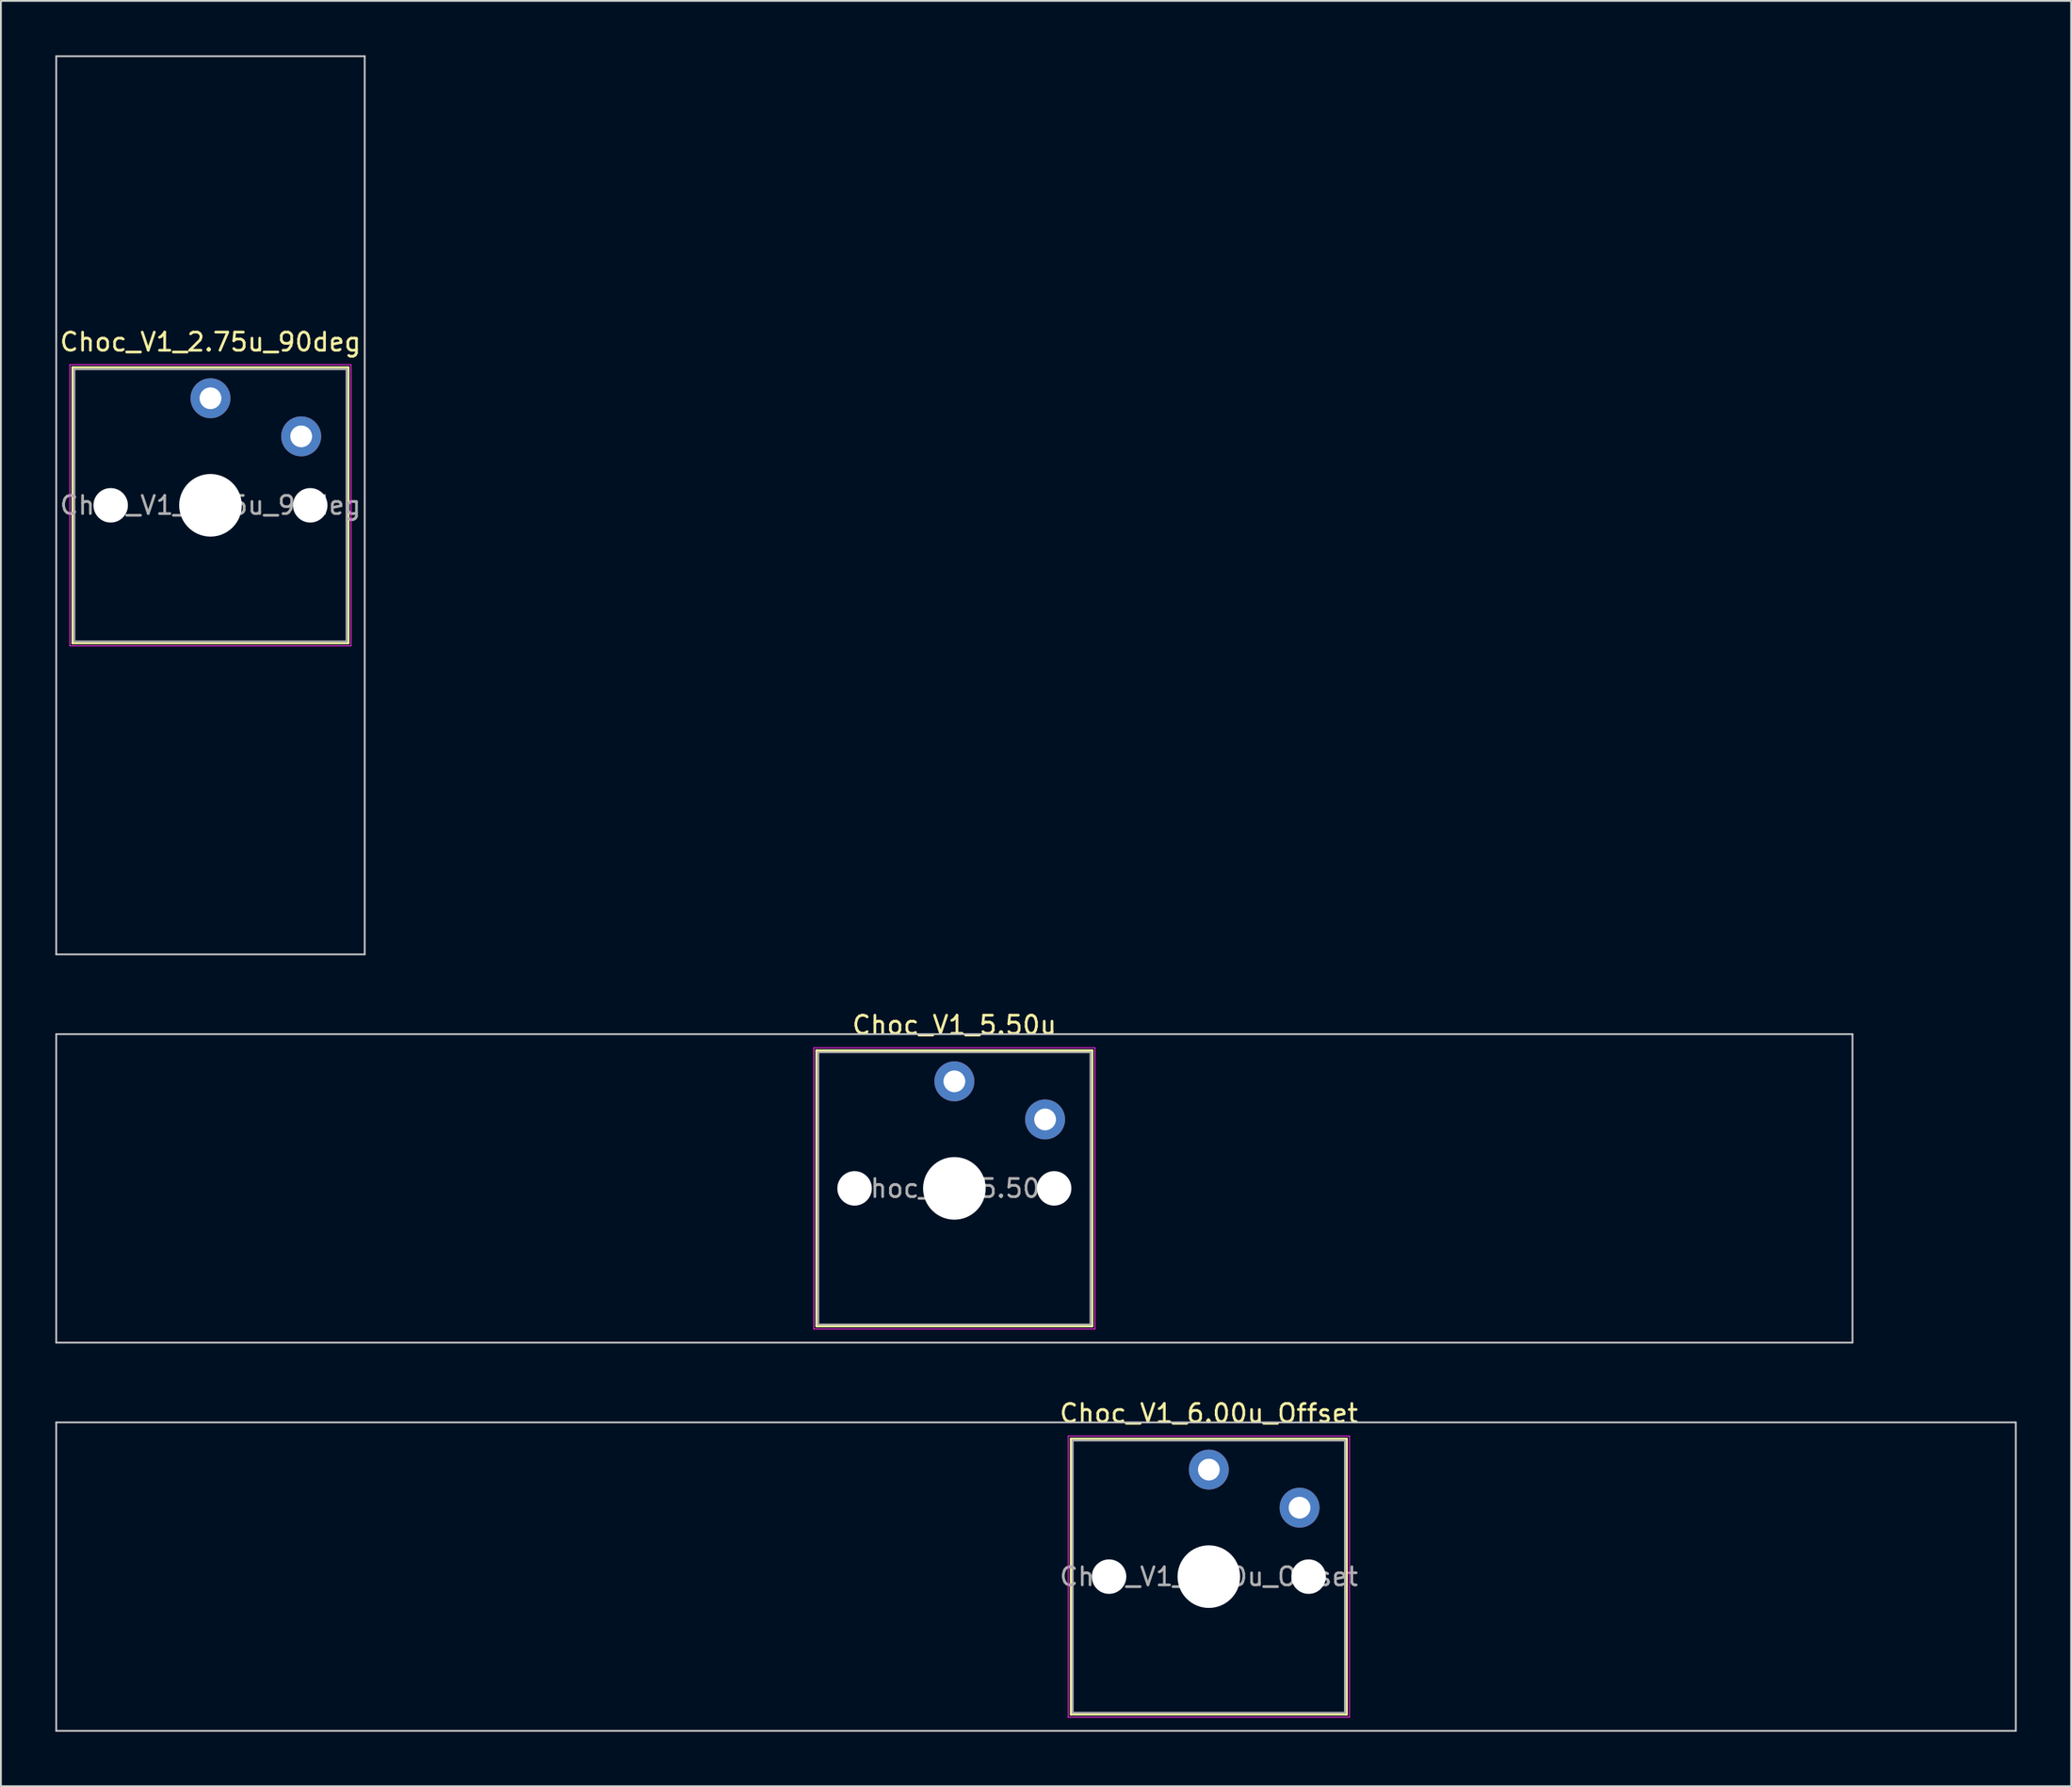
<source format=kicad_pcb>
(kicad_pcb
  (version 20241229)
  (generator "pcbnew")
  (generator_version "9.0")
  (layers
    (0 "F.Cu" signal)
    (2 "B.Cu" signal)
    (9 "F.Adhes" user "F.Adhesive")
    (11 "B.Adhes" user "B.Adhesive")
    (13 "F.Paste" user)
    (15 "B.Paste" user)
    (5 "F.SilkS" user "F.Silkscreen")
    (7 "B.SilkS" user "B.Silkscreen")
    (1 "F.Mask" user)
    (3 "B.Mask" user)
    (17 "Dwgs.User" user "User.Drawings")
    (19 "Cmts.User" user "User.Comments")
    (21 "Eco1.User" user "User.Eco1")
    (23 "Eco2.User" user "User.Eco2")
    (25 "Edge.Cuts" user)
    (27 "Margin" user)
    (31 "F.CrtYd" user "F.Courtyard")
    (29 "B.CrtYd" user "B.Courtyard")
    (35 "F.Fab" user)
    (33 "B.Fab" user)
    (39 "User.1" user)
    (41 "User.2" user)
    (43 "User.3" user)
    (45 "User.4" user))
  (footprint "Choc_V1_5.50u"
    (layer "F.Cu")
    (at 49.55 62.448)
    (property "Reference" "Choc_V1_5.50u" (at 0 -9 0) (layer "F.SilkS") (effects (font (size 1 1) (thickness 0.15))))
    (attr through_hole)
    (fp_line (start -7.6 -7.6) (end -7.6 7.6) (stroke (width 0.12) (type solid)) (layer "F.SilkS"))
    (fp_line (start -7.6 7.6) (end 7.6 7.6) (stroke (width 0.12) (type solid)) (layer "F.SilkS"))
    (fp_line (start 7.6 -7.6) (end -7.6 -7.6) (stroke (width 0.12) (type solid)) (layer "F.SilkS"))
    (fp_line (start 7.6 7.6) (end 7.6 -7.6) (stroke (width 0.12) (type solid)) (layer "F.SilkS"))
    (fp_line (start -49.5 -8.5) (end -49.5 8.5) (stroke (width 0.1) (type solid)) (layer "Dwgs.User"))
    (fp_line (start -49.5 8.5) (end 49.5 8.5) (stroke (width 0.1) (type solid)) (layer "Dwgs.User"))
    (fp_line (start 49.5 -8.5) (end -49.5 -8.5) (stroke (width 0.1) (type solid)) (layer "Dwgs.User"))
    (fp_line (start 49.5 8.5) (end 49.5 -8.5) (stroke (width 0.1) (type solid)) (layer "Dwgs.User"))
    (fp_line (start -7.25 -7.25) (end -7.25 7.25) (stroke (width 0.1) (type solid)) (layer "Eco1.User"))
    (fp_line (start -7.25 7.25) (end 7.25 7.25) (stroke (width 0.1) (type solid)) (layer "Eco1.User"))
    (fp_line (start 7.25 -7.25) (end -7.25 -7.25) (stroke (width 0.1) (type solid)) (layer "Eco1.User"))
    (fp_line (start 7.25 7.25) (end 7.25 -7.25) (stroke (width 0.1) (type solid)) (layer "Eco1.User"))
    (fp_line (start -7.75 -7.75) (end -7.75 7.75) (stroke (width 0.05) (type solid)) (layer "F.CrtYd"))
    (fp_line (start -7.75 7.75) (end 7.75 7.75) (stroke (width 0.05) (type solid)) (layer "F.CrtYd"))
    (fp_line (start 7.75 -7.75) (end -7.75 -7.75) (stroke (width 0.05) (type solid)) (layer "F.CrtYd"))
    (fp_line (start 7.75 7.75) (end 7.75 -7.75) (stroke (width 0.05) (type solid)) (layer "F.CrtYd"))
    (fp_line (start -7.5 -7.5) (end -7.5 7.5) (stroke (width 0.1) (type solid)) (layer "F.Fab"))
    (fp_line (start -7.5 7.5) (end 7.5 7.5) (stroke (width 0.1) (type solid)) (layer "F.Fab"))
    (fp_line (start 7.5 -7.5) (end -7.5 -7.5) (stroke (width 0.1) (type solid)) (layer "F.Fab"))
    (fp_line (start 7.5 7.5) (end 7.5 -7.5) (stroke (width 0.1) (type solid)) (layer "F.Fab"))
    (fp_text user "${REFERENCE}" (at 0 0 0) (layer "F.Fab") (effects (font (size 1 1) (thickness 0.15))))
    (pad "" np_thru_hole circle (at -5.5 0) (size 1.9 1.9) (drill 1.9) (layers "*.Cu" "*.Mask"))
    (pad "" np_thru_hole circle (at 0 0) (size 3.45 3.45) (drill 3.45) (layers "*.Cu" "*.Mask"))
    (pad "" np_thru_hole circle (at 5.5 0) (size 1.9 1.9) (drill 1.9) (layers "*.Cu" "*.Mask"))
    (pad "1" thru_hole circle (at 0 -5.9) (size 2.2 2.2) (drill 1.2) (layers "*.Cu" "*.Mask"))
    (pad "2" thru_hole circle (at 5 -3.8) (size 2.2 2.2) (drill 1.2) (layers "*.Cu" "*.Mask")))
  (footprint "Choc_V1_2.75u_90deg"
    (layer "F.Cu")
    (at 8.55 24.8)
    (property "Reference" "Choc_V1_2.75u_90deg" (at 0 -9 0) (layer "F.SilkS") (effects (font (size 1 1) (thickness 0.15))))
    (attr through_hole)
    (fp_line (start -7.6 -7.6) (end -7.6 7.6) (stroke (width 0.12) (type solid)) (layer "F.SilkS"))
    (fp_line (start -7.6 7.6) (end 7.6 7.6) (stroke (width 0.12) (type solid)) (layer "F.SilkS"))
    (fp_line (start 7.6 -7.6) (end -7.6 -7.6) (stroke (width 0.12) (type solid)) (layer "F.SilkS"))
    (fp_line (start 7.6 7.6) (end 7.6 -7.6) (stroke (width 0.12) (type solid)) (layer "F.SilkS"))
    (fp_line (start -8.5 -24.75) (end 8.5 -24.75) (stroke (width 0.1) (type solid)) (layer "Dwgs.User"))
    (fp_line (start -8.5 24.75) (end -8.5 -24.75) (stroke (width 0.1) (type solid)) (layer "Dwgs.User"))
    (fp_line (start 8.5 -24.75) (end 8.5 24.75) (stroke (width 0.1) (type solid)) (layer "Dwgs.User"))
    (fp_line (start 8.5 24.75) (end -8.5 24.75) (stroke (width 0.1) (type solid)) (layer "Dwgs.User"))
    (fp_line (start -7.25 -7.25) (end -7.25 7.25) (stroke (width 0.1) (type solid)) (layer "Eco1.User"))
    (fp_line (start -7.25 7.25) (end 7.25 7.25) (stroke (width 0.1) (type solid)) (layer "Eco1.User"))
    (fp_line (start 7.25 -7.25) (end -7.25 -7.25) (stroke (width 0.1) (type solid)) (layer "Eco1.User"))
    (fp_line (start 7.25 7.25) (end 7.25 -7.25) (stroke (width 0.1) (type solid)) (layer "Eco1.User"))
    (fp_line (start -7.75 -7.75) (end -7.75 7.75) (stroke (width 0.05) (type solid)) (layer "F.CrtYd"))
    (fp_line (start -7.75 7.75) (end 7.75 7.75) (stroke (width 0.05) (type solid)) (layer "F.CrtYd"))
    (fp_line (start 7.75 -7.75) (end -7.75 -7.75) (stroke (width 0.05) (type solid)) (layer "F.CrtYd"))
    (fp_line (start 7.75 7.75) (end 7.75 -7.75) (stroke (width 0.05) (type solid)) (layer "F.CrtYd"))
    (fp_line (start -7.5 -7.5) (end -7.5 7.5) (stroke (width 0.1) (type solid)) (layer "F.Fab"))
    (fp_line (start -7.5 7.5) (end 7.5 7.5) (stroke (width 0.1) (type solid)) (layer "F.Fab"))
    (fp_line (start 7.5 -7.5) (end -7.5 -7.5) (stroke (width 0.1) (type solid)) (layer "F.Fab"))
    (fp_line (start 7.5 7.5) (end 7.5 -7.5) (stroke (width 0.1) (type solid)) (layer "F.Fab"))
    (fp_text user "${REFERENCE}" (at 0 0 0) (layer "F.Fab") (effects (font (size 1 1) (thickness 0.15))))
    (pad "" np_thru_hole circle (at -5.5 0) (size 1.9 1.9) (drill 1.9) (layers "*.Cu" "*.Mask"))
    (pad "" np_thru_hole circle (at 0 0) (size 3.45 3.45) (drill 3.45) (layers "*.Cu" "*.Mask"))
    (pad "" np_thru_hole circle (at 5.5 0) (size 1.9 1.9) (drill 1.9) (layers "*.Cu" "*.Mask"))
    (pad "1" thru_hole circle (at 0 -5.9) (size 2.2 2.2) (drill 1.2) (layers "*.Cu" "*.Mask"))
    (pad "2" thru_hole circle (at 5 -3.8) (size 2.2 2.2) (drill 1.2) (layers "*.Cu" "*.Mask")))
  (footprint "Choc_V1_6.00u_Offset"
    (layer "F.Cu")
    (at 63.575 83.847)
    (property "Reference" "Choc_V1_6.00u_Offset" (at 0 -9 0) (layer "F.SilkS") (effects (font (size 1 1) (thickness 0.15))))
    (attr through_hole)
    (fp_line (start -7.6 -7.6) (end -7.6 7.6) (stroke (width 0.12) (type solid)) (layer "F.SilkS"))
    (fp_line (start -7.6 7.6) (end 7.6 7.6) (stroke (width 0.12) (type solid)) (layer "F.SilkS"))
    (fp_line (start 7.6 -7.6) (end -7.6 -7.6) (stroke (width 0.12) (type solid)) (layer "F.SilkS"))
    (fp_line (start 7.6 7.6) (end 7.6 -7.6) (stroke (width 0.12) (type solid)) (layer "F.SilkS"))
    (fp_line (start -63.525 -8.5) (end -63.525 8.5) (stroke (width 0.1) (type solid)) (layer "Dwgs.User"))
    (fp_line (start -63.525 8.5) (end 44.475 8.5) (stroke (width 0.1) (type solid)) (layer "Dwgs.User"))
    (fp_line (start 44.475 -8.5) (end -63.525 -8.5) (stroke (width 0.1) (type solid)) (layer "Dwgs.User"))
    (fp_line (start 44.475 8.5) (end 44.475 -8.5) (stroke (width 0.1) (type solid)) (layer "Dwgs.User"))
    (fp_line (start -7.25 -7.25) (end -7.25 7.25) (stroke (width 0.1) (type solid)) (layer "Eco1.User"))
    (fp_line (start -7.25 7.25) (end 7.25 7.25) (stroke (width 0.1) (type solid)) (layer "Eco1.User"))
    (fp_line (start 7.25 -7.25) (end -7.25 -7.25) (stroke (width 0.1) (type solid)) (layer "Eco1.User"))
    (fp_line (start 7.25 7.25) (end 7.25 -7.25) (stroke (width 0.1) (type solid)) (layer "Eco1.User"))
    (fp_line (start -7.75 -7.75) (end -7.75 7.75) (stroke (width 0.05) (type solid)) (layer "F.CrtYd"))
    (fp_line (start -7.75 7.75) (end 7.75 7.75) (stroke (width 0.05) (type solid)) (layer "F.CrtYd"))
    (fp_line (start 7.75 -7.75) (end -7.75 -7.75) (stroke (width 0.05) (type solid)) (layer "F.CrtYd"))
    (fp_line (start 7.75 7.75) (end 7.75 -7.75) (stroke (width 0.05) (type solid)) (layer "F.CrtYd"))
    (fp_line (start -7.5 -7.5) (end -7.5 7.5) (stroke (width 0.1) (type solid)) (layer "F.Fab"))
    (fp_line (start -7.5 7.5) (end 7.5 7.5) (stroke (width 0.1) (type solid)) (layer "F.Fab"))
    (fp_line (start 7.5 -7.5) (end -7.5 -7.5) (stroke (width 0.1) (type solid)) (layer "F.Fab"))
    (fp_line (start 7.5 7.5) (end 7.5 -7.5) (stroke (width 0.1) (type solid)) (layer "F.Fab"))
    (fp_text user "${REFERENCE}" (at 0 0 0) (layer "F.Fab") (effects (font (size 1 1) (thickness 0.15))))
    (pad "" np_thru_hole circle (at -5.5 0) (size 1.9 1.9) (drill 1.9) (layers "*.Cu" "*.Mask"))
    (pad "" np_thru_hole circle (at 0 0) (size 3.45 3.45) (drill 3.45) (layers "*.Cu" "*.Mask"))
    (pad "" np_thru_hole circle (at 5.5 0) (size 1.9 1.9) (drill 1.9) (layers "*.Cu" "*.Mask"))
    (pad "1" thru_hole circle (at 0 -5.9) (size 2.2 2.2) (drill 1.2) (layers "*.Cu" "*.Mask"))
    (pad "2" thru_hole circle (at 5 -3.8) (size 2.2 2.2) (drill 1.2) (layers "*.Cu" "*.Mask")))
  (gr_rect
    (start -3 -3)
    (end 111.1 95.397)
    (stroke (width 0.1) (type default))
    (fill no)
    (layer "Edge.Cuts")))
</source>
